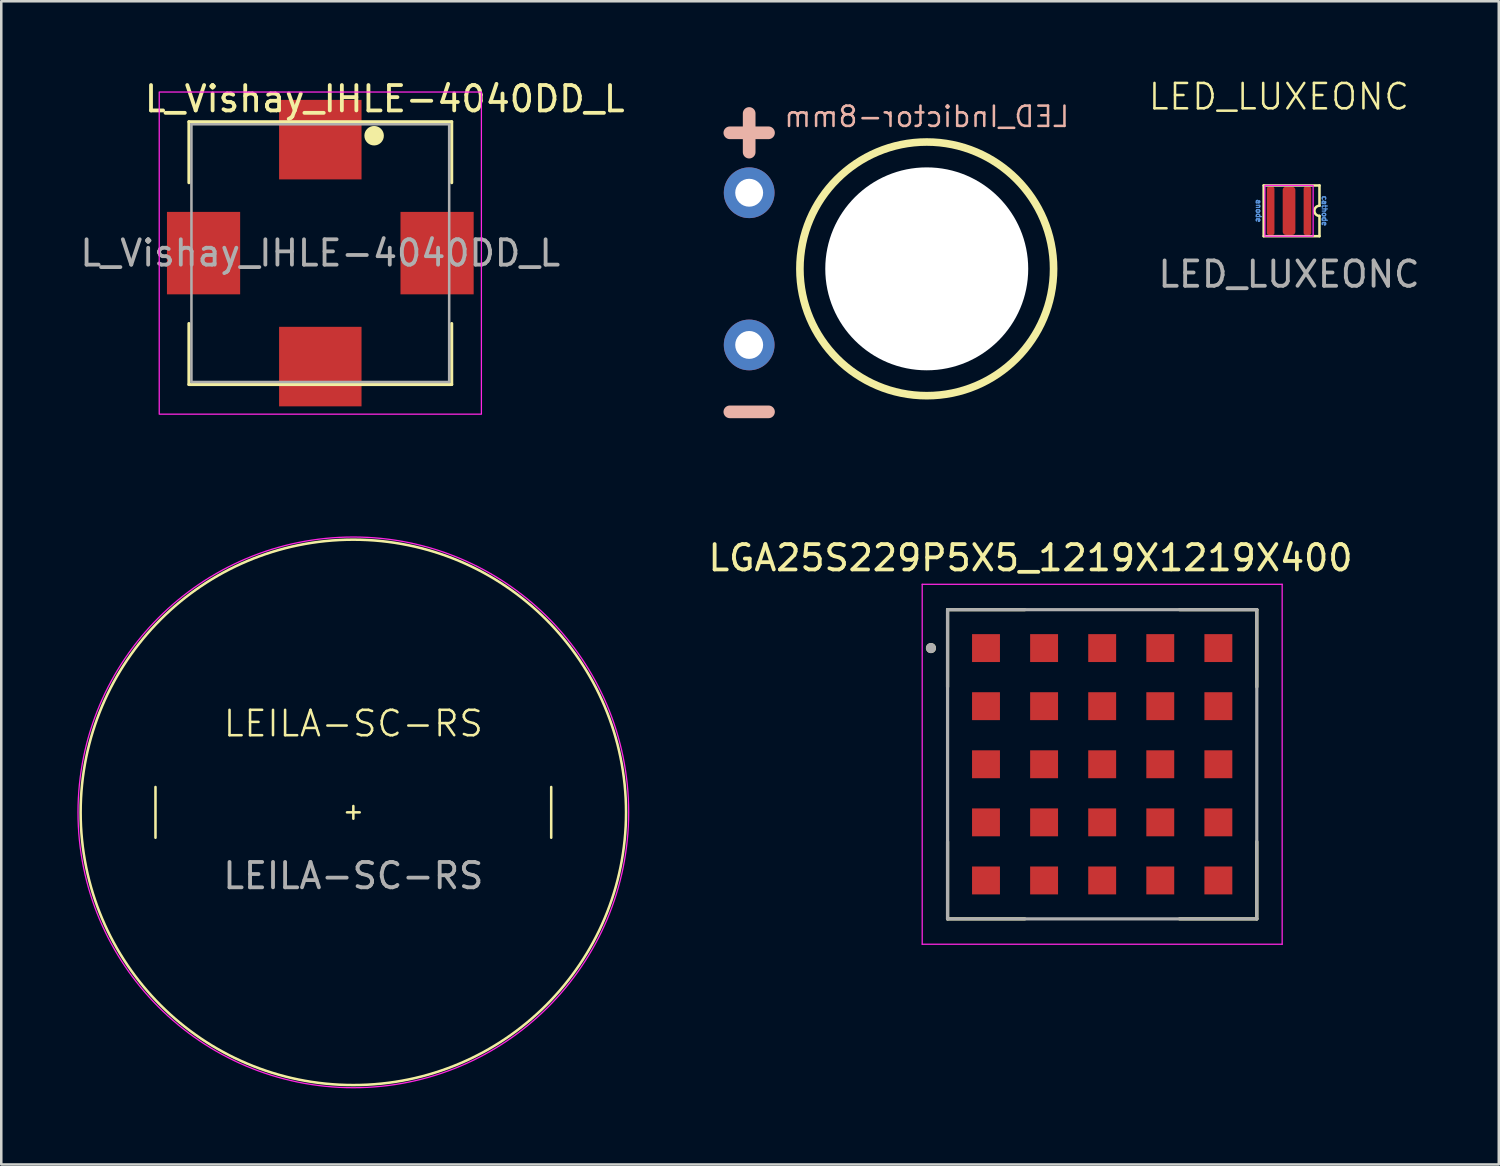
<source format=kicad_pcb>
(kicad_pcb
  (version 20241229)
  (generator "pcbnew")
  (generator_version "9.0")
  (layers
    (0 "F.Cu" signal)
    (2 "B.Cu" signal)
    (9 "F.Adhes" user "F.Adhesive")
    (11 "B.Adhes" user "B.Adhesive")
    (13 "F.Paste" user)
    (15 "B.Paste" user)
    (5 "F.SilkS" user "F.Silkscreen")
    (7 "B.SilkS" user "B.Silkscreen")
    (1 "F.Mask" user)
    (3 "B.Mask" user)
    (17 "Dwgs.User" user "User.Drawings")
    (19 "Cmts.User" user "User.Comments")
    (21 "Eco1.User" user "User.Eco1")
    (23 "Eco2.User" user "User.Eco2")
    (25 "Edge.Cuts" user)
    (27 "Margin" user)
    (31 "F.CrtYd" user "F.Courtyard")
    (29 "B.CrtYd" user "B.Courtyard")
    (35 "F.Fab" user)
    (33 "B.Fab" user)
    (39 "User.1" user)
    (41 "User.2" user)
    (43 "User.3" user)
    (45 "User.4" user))
  (footprint "LEILA-SC-RS"
    (layer "F.Cu")
    (at 10.879 28.974)
    (property "Reference" "LEILA-SC-RS" (at 0 -3.5 0) (unlocked yes) (layer "F.SilkS") (effects (font (size 1 1) (thickness 0.1))))
    (attr smd)
    (fp_line (start -7.8 -1) (end -7.8 1) (stroke (width 0.1) (type default)) (layer "F.SilkS"))
    (fp_line (start -0.25 0) (end 0.25 0) (stroke (width 0.1) (type default)) (layer "F.SilkS"))
    (fp_line (start 0 -0.25) (end 0 0.25) (stroke (width 0.1) (type default)) (layer "F.SilkS"))
    (fp_line (start 7.8 -1) (end 7.8 1) (stroke (width 0.1) (type default)) (layer "F.SilkS"))
    (fp_circle (center 0 0) (end 10.75 0) (stroke (width 0.1) (type default)) (fill no) (layer "F.SilkS"))
    (fp_circle (center 0 0) (end 8.5 6.75) (stroke (width 0.05) (type default)) (fill no) (layer "F.CrtYd"))
    (fp_text user "${REFERENCE}" (at 0 2.5 0) (unlocked yes) (layer "F.Fab") (effects (font (size 1 1) (thickness 0.15)))))
  (footprint "LGA25S229P5X5_1219X1219X400"
    (layer "F.Cu")
    (at 40.399 27.078)
    (property "Reference" "LGA25S229P5X5_1219X1219X400" (at -2.825 -8.135 0) (layer "F.SilkS") (effects (font (size 1 1) (thickness 0.15))))
    (attr smd)
    (fp_line (start -6.095 -6.095) (end -6.095 -3.05) (stroke (width 0.127) (type solid)) (layer "F.SilkS"))
    (fp_line (start -6.095 -6.095) (end -3.05 -6.095) (stroke (width 0.127) (type solid)) (layer "F.SilkS"))
    (fp_line (start -6.095 3.05) (end -6.095 6.095) (stroke (width 0.127) (type solid)) (layer "F.SilkS"))
    (fp_line (start -3.05 6.095) (end -6.095 6.095) (stroke (width 0.127) (type solid)) (layer "F.SilkS"))
    (fp_line (start 3.05 -6.095) (end 6.095 -6.095) (stroke (width 0.127) (type solid)) (layer "F.SilkS"))
    (fp_line (start 6.095 -3.05) (end 6.095 -6.095) (stroke (width 0.127) (type solid)) (layer "F.SilkS"))
    (fp_line (start 6.095 6.095) (end 3.05 6.095) (stroke (width 0.127) (type solid)) (layer "F.SilkS"))
    (fp_line (start 6.095 6.095) (end 6.095 3.05) (stroke (width 0.127) (type solid)) (layer "F.SilkS"))
    (fp_circle (center -6.75 -4.58) (end -6.65 -4.58) (stroke (width 0.2) (type solid)) (fill no) (layer "F.SilkS"))
    (fp_line (start -7.095 -7.095) (end -7.095 7.095) (stroke (width 0.05) (type solid)) (layer "F.CrtYd"))
    (fp_line (start -7.095 -7.095) (end 7.095 -7.095) (stroke (width 0.05) (type solid)) (layer "F.CrtYd"))
    (fp_line (start 7.095 7.095) (end -7.095 7.095) (stroke (width 0.05) (type solid)) (layer "F.CrtYd"))
    (fp_line (start 7.095 7.095) (end 7.095 -7.095) (stroke (width 0.05) (type solid)) (layer "F.CrtYd"))
    (fp_line (start -6.095 -6.095) (end -6.095 6.095) (stroke (width 0.127) (type solid)) (layer "F.Fab"))
    (fp_line (start -6.095 -6.095) (end 6.095 -6.095) (stroke (width 0.127) (type solid)) (layer "F.Fab"))
    (fp_line (start 6.095 6.095) (end -6.095 6.095) (stroke (width 0.127) (type solid)) (layer "F.Fab"))
    (fp_line (start 6.095 6.095) (end 6.095 -6.095) (stroke (width 0.127) (type solid)) (layer "F.Fab"))
    (fp_circle (center -6.75 -4.58) (end -6.65 -4.58) (stroke (width 0.2) (type solid)) (fill no) (layer "F.Fab"))
    (pad "A1" smd rect (at -4.58 -4.58) (size 1.1 1.1) (layers "F.Cu" "F.Mask" "F.Paste"))
    (pad "A2" smd rect (at -2.29 -4.58) (size 1.1 1.1) (layers "F.Cu" "F.Mask" "F.Paste"))
    (pad "A3" smd rect (at 0 -4.58) (size 1.1 1.1) (layers "F.Cu" "F.Mask" "F.Paste"))
    (pad "A4" smd rect (at 2.29 -4.58) (size 1.1 1.1) (layers "F.Cu" "F.Mask" "F.Paste"))
    (pad "A5" smd rect (at 4.58 -4.58) (size 1.1 1.1) (layers "F.Cu" "F.Mask" "F.Paste"))
    (pad "B1" smd rect (at -4.58 -2.29) (size 1.1 1.1) (layers "F.Cu" "F.Mask" "F.Paste"))
    (pad "B2" smd rect (at -2.29 -2.29) (size 1.1 1.1) (layers "F.Cu" "F.Mask" "F.Paste"))
    (pad "B3" smd rect (at 0 -2.29) (size 1.1 1.1) (layers "F.Cu" "F.Mask" "F.Paste"))
    (pad "B4" smd rect (at 2.29 -2.29) (size 1.1 1.1) (layers "F.Cu" "F.Mask" "F.Paste"))
    (pad "B5" smd rect (at 4.58 -2.29) (size 1.1 1.1) (layers "F.Cu" "F.Mask" "F.Paste"))
    (pad "C1" smd rect (at -4.58 0) (size 1.1 1.1) (layers "F.Cu" "F.Mask" "F.Paste"))
    (pad "C2" smd rect (at -2.29 0) (size 1.1 1.1) (layers "F.Cu" "F.Mask" "F.Paste"))
    (pad "C3" smd rect (at 0 0) (size 1.1 1.1) (layers "F.Cu" "F.Mask" "F.Paste"))
    (pad "C4" smd rect (at 2.29 0) (size 1.1 1.1) (layers "F.Cu" "F.Mask" "F.Paste"))
    (pad "C5" smd rect (at 4.58 0) (size 1.1 1.1) (layers "F.Cu" "F.Mask" "F.Paste"))
    (pad "D1" smd rect (at -4.58 2.29) (size 1.1 1.1) (layers "F.Cu" "F.Mask" "F.Paste"))
    (pad "D2" smd rect (at -2.29 2.29) (size 1.1 1.1) (layers "F.Cu" "F.Mask" "F.Paste"))
    (pad "D3" smd rect (at 0 2.29) (size 1.1 1.1) (layers "F.Cu" "F.Mask" "F.Paste"))
    (pad "D4" smd rect (at 2.29 2.29) (size 1.1 1.1) (layers "F.Cu" "F.Mask" "F.Paste"))
    (pad "D5" smd rect (at 4.58 2.29) (size 1.1 1.1) (layers "F.Cu" "F.Mask" "F.Paste"))
    (pad "E1" smd rect (at -4.58 4.58) (size 1.1 1.1) (layers "F.Cu" "F.Mask" "F.Paste"))
    (pad "E2" smd rect (at -2.29 4.58) (size 1.1 1.1) (layers "F.Cu" "F.Mask" "F.Paste"))
    (pad "E3" smd rect (at 0 4.58) (size 1.1 1.1) (layers "F.Cu" "F.Mask" "F.Paste"))
    (pad "E4" smd rect (at 2.29 4.58) (size 1.1 1.1) (layers "F.Cu" "F.Mask" "F.Paste"))
    (pad "E5" smd rect (at 4.58 4.58) (size 1.1 1.1) (layers "F.Cu" "F.Mask" "F.Paste")))
  (footprint "LED_Indictor-8mm"
    (layer "F.Cu")
    (at 33.483 7.548)
    (property "Reference" "LED_Indictor-8mm" (at 0 -6 0) (unlocked yes) (layer "B.SilkS") (effects (font (size 0.8 0.8) (thickness 0.1)) (justify mirror)))
    (attr through_hole)
    (fp_circle (center 0 0) (end 5 0) (stroke (width 0.3) (type default)) (fill no) (layer "F.SilkS"))
    (fp_text user "-" (at -7 5.5 0) (unlocked yes) (layer "B.SilkS") (effects (font (size 2 2) (thickness 0.5) (bold yes)) (justify mirror)))
    (fp_text user "+" (at -7 -5.5 0) (unlocked yes) (layer "B.SilkS") (effects (font (size 2 2) (thickness 0.5) (bold yes)) (justify mirror)))
    (pad "" np_thru_hole circle (at 0 0) (size 8 8) (drill 8) (layers "*.Cu" "*.Mask"))
    (pad "1" thru_hole circle (at -7 -3) (size 2 2) (drill 1.1) (layers "*.Cu" "*.Mask"))
    (pad "2" thru_hole circle (at -7 3) (size 2 2) (drill 1.1) (layers "*.Cu" "*.Mask")))
  (footprint "LED_LUXEONC"
    (layer "F.Cu")
    (at 47.765 5.261)
    (property "Reference" "LED_LUXEONC" (at -0.4 -4.5 0) (unlocked yes) (layer "F.SilkS") (effects (font (size 1 1) (thickness 0.1))))
    (attr smd)
    (fp_line (start -1 -1) (end -1 1) (stroke (width 0.1) (type default)) (layer "F.SilkS"))
    (fp_line (start -1 1) (end 1.2 1) (stroke (width 0.1) (type default)) (layer "F.SilkS"))
    (fp_line (start 1.2 -1) (end -1 -1) (stroke (width 0.1) (type default)) (layer "F.SilkS"))
    (fp_line (start 1.2 -0.2) (end 1.2 -1) (stroke (width 0.1) (type default)) (layer "F.SilkS"))
    (fp_line (start 1.2 1) (end 1.2 0.2) (stroke (width 0.1) (type default)) (layer "F.SilkS"))
    (fp_arc (start 1.2 0.2) (mid 1 0) (end 1.2 -0.2) (stroke (width 0.1) (type default)) (layer "F.SilkS"))
    (fp_rect (start -0.95 -1) (end 0.95 1) (stroke (width 0.05) (type default)) (fill no) (layer "F.CrtYd"))
    (fp_text user "anode" (at -1.2 0 270) (unlocked yes) (layer "Cmts.User") (effects (font (size 0.2 0.2) (thickness 0.05))))
    (fp_text user "cathode" (at 1.4 0 270) (unlocked yes) (layer "Cmts.User") (effects (font (size 0.2 0.2) (thickness 0.05))))
    (fp_text user "${REFERENCE}" (at 0 2.5 0) (unlocked yes) (layer "F.Fab") (effects (font (size 1 1) (thickness 0.15))))
    (pad "1" smd roundrect (at -0.725 0) (size 0.3 1.9) (layers "F.Cu" "F.Mask" "F.Paste") (roundrect_rratio 0.25))
    (pad "2" smd roundrect (at 0.725 0) (size 0.3 1.9) (layers "F.Cu" "F.Mask" "F.Paste") (roundrect_rratio 0.25))
    (pad "3" smd roundrect (at 0 0) (size 0.5 1.9) (layers "F.Cu" "F.Mask" "F.Paste") (roundrect_rratio 0.25)))
  (footprint "L_Vishay_IHLE-4040DD_L"
    (layer "F.Cu")
    (at 9.577 6.928)
    (property "Reference" "L_Vishay_IHLE-4040DD_L" (at 2.54 -6.08 0) (layer "F.SilkS") (effects (font (size 1 1) (thickness 0.15))))
    (attr smd)
    (fp_line (start -5.18 -5.18) (end 5.18 -5.18) (stroke (width 0.12) (type solid)) (layer "F.SilkS"))
    (fp_line (start -5.18 -2.775) (end -5.18 -5.18) (stroke (width 0.12) (type solid)) (layer "F.SilkS"))
    (fp_line (start -5.18 2.775) (end -5.18 5.18) (stroke (width 0.12) (type solid)) (layer "F.SilkS"))
    (fp_line (start -5.18 5.18) (end 5.18 5.18) (stroke (width 0.12) (type solid)) (layer "F.SilkS"))
    (fp_line (start 5.18 -5.18) (end 5.18 -2.775) (stroke (width 0.12) (type solid)) (layer "F.SilkS"))
    (fp_line (start 5.18 5.18) (end 5.18 2.775) (stroke (width 0.12) (type solid)) (layer "F.SilkS"))
    (fp_circle (center 2.121 -4.628) (end 2.455 -4.628) (stroke (width 0.1) (type solid)) (fill yes) (layer "F.SilkS"))
    (fp_rect (start -6.35 -6.35) (end 6.35 6.35) (stroke (width 0.05) (type default)) (fill no) (layer "F.CrtYd"))
    (fp_line (start -5.08 -5.08) (end -5.08 5.08) (stroke (width 0.1) (type solid)) (layer "F.Fab"))
    (fp_line (start -5.08 5.08) (end 5.08 5.08) (stroke (width 0.1) (type solid)) (layer "F.Fab"))
    (fp_line (start 5.08 -5.08) (end -5.08 -5.08) (stroke (width 0.1) (type solid)) (layer "F.Fab"))
    (fp_line (start 5.08 5.08) (end 5.08 -5.08) (stroke (width 0.1) (type solid)) (layer "F.Fab"))
    (fp_text user "${REFERENCE}" (at 0 0 0) (layer "F.Fab") (effects (font (size 1 1) (thickness 0.15))))
    (pad "1" smd rect (at 0 -4.473 90) (size 3.135 3.25) (layers "F.Cu" "F.Mask" "F.Paste"))
    (pad "2" smd rect (at 0 4.473 90) (size 3.135 3.25) (layers "F.Cu" "F.Mask" "F.Paste"))
    (pad "3" smd rect (at -4.603 0) (size 2.885 3.25) (layers "F.Cu" "F.Mask" "F.Paste"))
    (pad "4" smd rect (at 4.603 0) (size 2.885 3.25) (layers "F.Cu" "F.Mask" "F.Paste")))
  (gr_rect
    (start -3 -3)
    (end 56.033 42.853)
    (stroke (width 0.1) (type default))
    (fill no)
    (layer "Edge.Cuts")))
</source>
